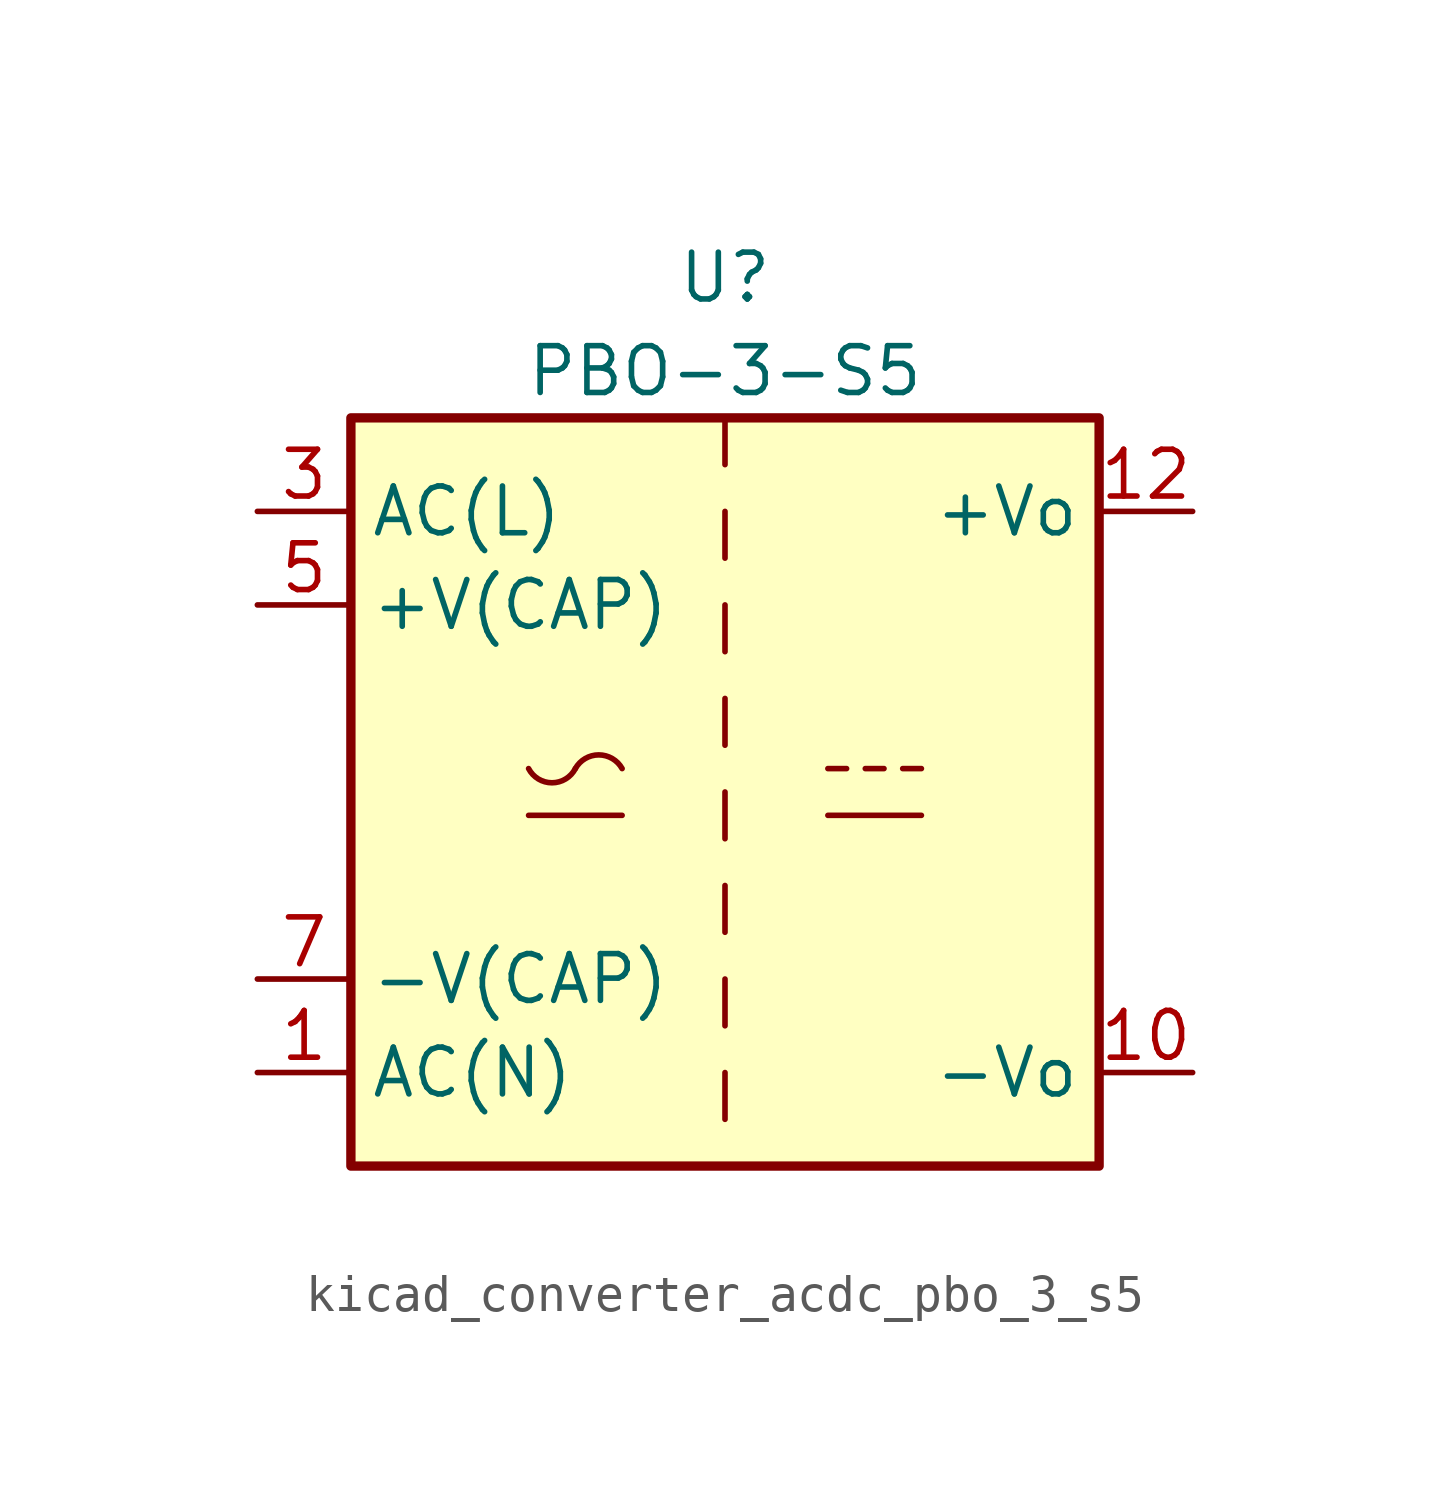
<source format=kicad_sym>
(kicad_symbol_lib
  (version 20220914)
  (generator kicad_symbol_editor)
  (symbol "kicad_converter_acdc_pbo_3_s5"
    (property "Reference" "U"
      (at 0 13.97 0)
      (effects (font (size 1.27 1.27))))
    (property "Value" "PBO-3-S5"
      (at 0 11.43 0)
      (effects (font (size 1.27 1.27))))
    (symbol "kicad_converter_acdc_pbo_3_s5_1_1"
      (rectangle (start -10.16 10.16) (end 10.16 -10.16) (stroke (width 0.254) (type default)) (fill (type background)))
      (arc (start -5.334 0.635) (mid -4.699 0.2495) (end -4.064 0.635) (stroke (width 0) (type default)) (fill (type none)))
      (arc (start -2.794 0.635) (mid -3.429 1.0072) (end -4.064 0.635) (stroke (width 0) (type default)) (fill (type none)))
      (polyline (pts (xy -5.334 -0.635) (xy -2.794 -0.635)) (stroke (width 0) (type default)) (fill (type none)))
      (polyline (pts (xy 0 -7.62) (xy 0 -8.89)) (stroke (width 0) (type default)) (fill (type none)))
      (polyline (pts (xy 0 -5.08) (xy 0 -6.35)) (stroke (width 0) (type default)) (fill (type none)))
      (polyline (pts (xy 0 -2.54) (xy 0 -3.81)) (stroke (width 0) (type default)) (fill (type none)))
      (polyline (pts (xy 0 0) (xy 0 -1.27)) (stroke (width 0) (type default)) (fill (type none)))
      (polyline (pts (xy 0 2.54) (xy 0 1.27)) (stroke (width 0) (type default)) (fill (type none)))
      (polyline (pts (xy 0 5.08) (xy 0 3.81)) (stroke (width 0) (type default)) (fill (type none)))
      (polyline (pts (xy 0 7.62) (xy 0 6.35)) (stroke (width 0) (type default)) (fill (type none)))
      (polyline (pts (xy 0 10.16) (xy 0 8.89)) (stroke (width 0) (type default)) (fill (type none)))
      (polyline (pts (xy 2.794 -0.635) (xy 5.334 -0.635)) (stroke (width 0) (type default)) (fill (type none)))
      (polyline (pts (xy 2.794 0.635) (xy 3.302 0.635)) (stroke (width 0) (type default)) (fill (type none)))
      (polyline (pts (xy 3.81 0.635) (xy 4.318 0.635)) (stroke (width 0) (type default)) (fill (type none)))
      (polyline (pts (xy 4.826 0.635) (xy 5.334 0.635)) (stroke (width 0) (type default)) (fill (type none)))
      (pin power_in line (at -12.7 -7.62 0) (length 2.54) (name "AC(N)" (effects (font (size 1.27 1.27)))) (number "1" (effects (font (size 1.27 1.27)))))
      (pin power_out line (at 12.7 -7.62 180) (length 2.54) (name "-Vo" (effects (font (size 1.27 1.27)))) (number "10" (effects (font (size 1.27 1.27)))))
      (pin power_out line (at 12.7 7.62 180) (length 2.54) (name "+Vo" (effects (font (size 1.27 1.27)))) (number "12" (effects (font (size 1.27 1.27)))))
      (pin power_in line (at -12.7 7.62 0) (length 2.54) (name "AC(L)" (effects (font (size 1.27 1.27)))) (number "3" (effects (font (size 1.27 1.27)))))
      (pin passive line (at -12.7 5.08 0) (length 2.54) (name "+V(CAP)" (effects (font (size 1.27 1.27)))) (number "5" (effects (font (size 1.27 1.27)))))
      (pin passive line (at -12.7 -5.08 0) (length 2.54) (name "-V(CAP)" (effects (font (size 1.27 1.27)))) (number "7" (effects (font (size 1.27 1.27))))))))
</source>
